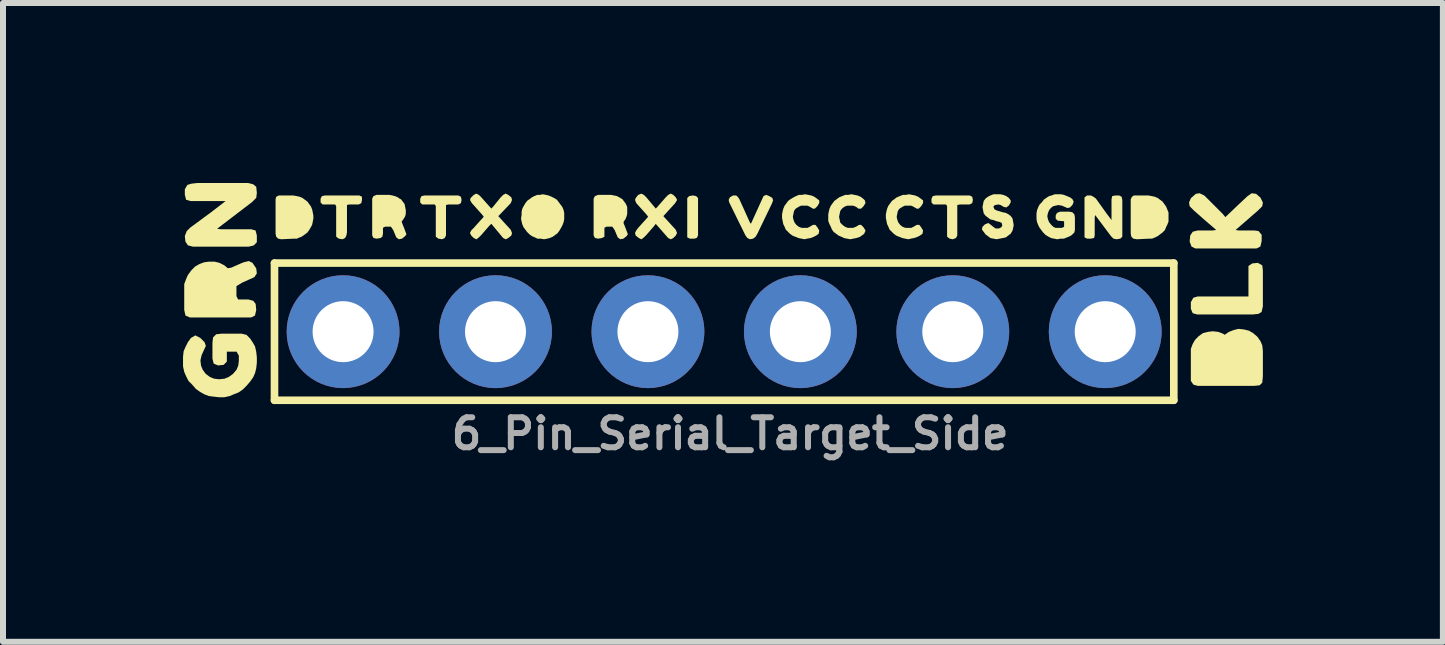
<source format=kicad_pcb>
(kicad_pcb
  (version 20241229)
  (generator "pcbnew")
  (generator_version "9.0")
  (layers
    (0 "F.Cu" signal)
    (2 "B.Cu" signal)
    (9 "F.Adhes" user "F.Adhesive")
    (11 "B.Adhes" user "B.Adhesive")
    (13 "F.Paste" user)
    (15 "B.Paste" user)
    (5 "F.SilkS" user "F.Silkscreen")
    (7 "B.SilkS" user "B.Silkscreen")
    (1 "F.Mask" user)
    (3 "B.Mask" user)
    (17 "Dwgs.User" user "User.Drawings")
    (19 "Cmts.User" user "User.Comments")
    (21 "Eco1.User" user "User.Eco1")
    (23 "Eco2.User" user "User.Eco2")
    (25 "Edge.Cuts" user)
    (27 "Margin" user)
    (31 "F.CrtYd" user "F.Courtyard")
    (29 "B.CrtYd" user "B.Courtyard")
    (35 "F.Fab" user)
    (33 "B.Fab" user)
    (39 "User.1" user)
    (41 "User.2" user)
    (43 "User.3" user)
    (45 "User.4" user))
  (footprint "6_Pin_Serial_Target_Side"
    (layer "F.Cu")
    (at 9.017 2.477)
    (property "Reference" "6_Pin_Serial_Target_Side" (at 0.1 1.7 0) (layer "F.Fab") (effects (font (size 0.5 0.5) (thickness 0.1))))
    (attr through_hole)
    (fp_line (start -7.493 -1.143) (end 7.493 -1.143) (stroke (width 0.127) (type solid)) (layer "F.SilkS"))
    (fp_line (start -7.493 1.143) (end -7.493 -1.143) (stroke (width 0.127) (type solid)) (layer "F.SilkS"))
    (fp_line (start 7.493 -1.143) (end 7.493 1.143) (stroke (width 0.127) (type solid)) (layer "F.SilkS"))
    (fp_line (start 7.493 1.143) (end -7.493 1.143) (stroke (width 0.127) (type solid)) (layer "F.SilkS"))
    (fp_poly (pts (xy -0.468 -2.26) (xy -0.435 -2.227) (xy -0.435 -1.604) (xy -0.457 -1.561) (xy -0.499 -1.55) (xy -0.571 -1.55) (xy -0.615 -1.572) (xy -0.615 -2.227) (xy -0.582 -2.26) (xy -0.52 -2.27)) (stroke (width 0) (type default)) (fill yes) (layer "F.SilkS"))
    (fp_poly (pts (xy 8.967 -1.105) (xy 8.977 -1.022) (xy 8.977 -0.421) (xy 8.956 -0.329) (xy 8.904 -0.297) (xy 8.812 -0.287) (xy 7.881 -0.287) (xy 7.808 -0.308) (xy 7.777 -0.381) (xy 7.777 -0.493) (xy 7.819 -0.566) (xy 7.891 -0.587) (xy 8.737 -0.587) (xy 8.737 -1.095) (xy 8.8 -1.137) (xy 8.893 -1.147)) (stroke (width 0) (type default)) (fill yes) (layer "F.SilkS"))
    (fp_poly (pts (xy -4.386 -2.248) (xy -4.375 -2.195) (xy -4.386 -2.142) (xy -4.429 -2.12) (xy -4.59 -2.12) (xy -4.635 -2.111) (xy -4.635 -1.604) (xy -4.656 -1.561) (xy -4.699 -1.54) (xy -4.762 -1.55) (xy -4.805 -1.583) (xy -4.805 -2.093) (xy -4.823 -2.12) (xy -5.032 -2.12) (xy -5.065 -2.153) (xy -5.065 -2.216) (xy -5.043 -2.259) (xy -4.99 -2.27) (xy -4.429 -2.27)) (stroke (width 0) (type default)) (fill yes) (layer "F.SilkS"))
    (fp_poly (pts (xy 4.134 -2.248) (xy 4.145 -2.195) (xy 4.134 -2.142) (xy 4.091 -2.12) (xy 3.93 -2.12) (xy 3.885 -2.111) (xy 3.885 -1.604) (xy 3.864 -1.561) (xy 3.81 -1.54) (xy 3.758 -1.55) (xy 3.715 -1.583) (xy 3.715 -2.093) (xy 3.697 -2.12) (xy 3.488 -2.12) (xy 3.455 -2.153) (xy 3.455 -2.216) (xy 3.477 -2.259) (xy 3.53 -2.27) (xy 4.091 -2.27)) (stroke (width 0) (type default)) (fill yes) (layer "F.SilkS"))
    (fp_poly (pts (xy -6.035 -2.248) (xy -6.035 -2.195) (xy -6.046 -2.142) (xy -6.089 -2.12) (xy -6.249 -2.12) (xy -6.285 -2.111) (xy -6.285 -1.655) (xy -6.295 -1.603) (xy -6.316 -1.561) (xy -6.359 -1.54) (xy -6.422 -1.55) (xy -6.465 -1.583) (xy -6.465 -2.093) (xy -6.483 -2.12) (xy -6.692 -2.12) (xy -6.725 -2.153) (xy -6.725 -2.216) (xy -6.703 -2.259) (xy -6.65 -2.27) (xy -6.079 -2.27)) (stroke (width 0) (type default)) (fill yes) (layer "F.SilkS"))
    (fp_poly (pts (xy 0.752 -2.259) (xy 0.804 -2.228) (xy 0.815 -2.185) (xy 0.795 -2.133) (xy 0.554 -1.633) (xy 0.524 -1.582) (xy 0.482 -1.55) (xy 0.429 -1.54) (xy 0.387 -1.561) (xy 0.356 -1.602) (xy 0.085 -2.153) (xy 0.075 -2.196) (xy 0.096 -2.239) (xy 0.149 -2.27) (xy 0.202 -2.27) (xy 0.234 -2.238) (xy 0.254 -2.207) (xy 0.434 -1.809) (xy 0.448 -1.802) (xy 0.656 -2.259) (xy 0.7 -2.28)) (stroke (width 0) (type default)) (fill yes) (layer "F.SilkS"))
    (fp_poly (pts (xy -7.079 -2.25) (xy -7.028 -2.229) (xy -6.946 -2.169) (xy -6.886 -2.087) (xy -6.865 -2.036) (xy -6.845 -1.935) (xy -6.845 -1.885) (xy -6.865 -1.783) (xy -6.886 -1.743) (xy -6.916 -1.692) (xy -6.946 -1.651) (xy -7.027 -1.591) (xy -7.073 -1.568) (xy -7.074 -1.572) (xy -7.119 -1.55) (xy -7.17 -1.55) (xy -7.38 -1.54) (xy -7.432 -1.55) (xy -7.465 -1.583) (xy -7.475 -1.635) (xy -7.475 -2.206) (xy -7.464 -2.248) (xy -7.421 -2.27) (xy -7.18 -2.27)) (stroke (width 0) (type default)) (fill yes) (layer "F.SilkS"))
    (fp_poly (pts (xy 6.153 -2.249) (xy 6.194 -2.219) (xy 6.374 -1.968) (xy 6.455 -1.86) (xy 6.455 -2.205) (xy 6.466 -2.259) (xy 6.52 -2.27) (xy 6.581 -2.27) (xy 6.624 -2.248) (xy 6.635 -2.195) (xy 6.635 -1.583) (xy 6.602 -1.55) (xy 6.54 -1.54) (xy 6.488 -1.55) (xy 6.446 -1.592) (xy 6.183 -1.943) (xy 6.175 -1.905) (xy 6.175 -1.604) (xy 6.164 -1.561) (xy 6.11 -1.55) (xy 6.049 -1.55) (xy 6.005 -1.572) (xy 6.005 -2.237) (xy 6.048 -2.27) (xy 6.111 -2.27)) (stroke (width 0) (type default)) (fill yes) (layer "F.SilkS"))
    (fp_poly (pts (xy 7.171 -2.25) (xy 7.222 -2.229) (xy 7.304 -2.169) (xy 7.364 -2.087) (xy 7.405 -1.986) (xy 7.405 -1.834) (xy 7.385 -1.783) (xy 7.365 -1.743) (xy 7.344 -1.692) (xy 7.303 -1.651) (xy 7.223 -1.591) (xy 7.186 -1.573) (xy 7.186 -1.572) (xy 7.182 -1.57) (xy 7.177 -1.568) (xy 7.177 -1.569) (xy 7.131 -1.55) (xy 7.08 -1.55) (xy 6.88 -1.54) (xy 6.818 -1.55) (xy 6.785 -1.583) (xy 6.775 -1.635) (xy 6.775 -2.206) (xy 6.796 -2.248) (xy 6.828 -2.27) (xy 7.07 -2.27)) (stroke (width 0) (type default)) (fill yes) (layer "F.SilkS"))
    (fp_poly (pts (xy 8.663 -0.037) (xy 8.744 -0.017) (xy 8.815 0.024) (xy 8.886 0.085) (xy 8.936 0.156) (xy 8.967 0.227) (xy 8.977 0.318) (xy 8.977 0.748) (xy 8.967 0.85) (xy 8.924 0.893) (xy 8.832 0.903) (xy 7.891 0.903) (xy 7.819 0.882) (xy 7.777 0.82) (xy 7.777 0.287) (xy 7.807 0.206) (xy 7.848 0.135) (xy 7.909 0.074) (xy 7.98 0.023) (xy 8.061 0.003) (xy 8.142 -0.007) (xy 8.233 0.003) (xy 8.314 0.034) (xy 8.342 0.052) (xy 8.41 0.004) (xy 8.491 -0.027) (xy 8.572 -0.047)) (stroke (width 0) (type default)) (fill yes) (layer "F.SilkS"))
    (fp_poly (pts (xy -7.85 -2.457) (xy -7.797 -2.415) (xy -7.787 -2.312) (xy -7.797 -2.23) (xy -7.869 -2.158) (xy -8.449 -1.715) (xy -8.392 -1.707) (xy -7.881 -1.707) (xy -7.808 -1.686) (xy -7.787 -1.603) (xy -7.787 -1.49) (xy -7.839 -1.437) (xy -7.921 -1.417) (xy -8.853 -1.417) (xy -8.935 -1.438) (xy -8.977 -1.5) (xy -8.987 -1.593) (xy -8.956 -1.675) (xy -8.895 -1.736) (xy -8.555 -1.986) (xy -8.307 -2.177) (xy -8.893 -2.177) (xy -8.966 -2.198) (xy -8.987 -2.281) (xy -8.987 -2.373) (xy -8.945 -2.446) (xy -8.873 -2.467) (xy -8.782 -2.477) (xy -7.931 -2.477)) (stroke (width 0) (type default)) (fill yes) (layer "F.SilkS"))
    (fp_poly (pts (xy -5.529 -2.27) (xy -5.488 -2.26) (xy -5.438 -2.239) (xy -5.395 -2.207) (xy -5.39 -2.213) (xy -5.325 -2.127) (xy -5.305 -2.025) (xy -5.305 -1.964) (xy -5.315 -1.923) (xy -5.346 -1.872) (xy -5.374 -1.834) (xy -5.365 -1.807) (xy -5.325 -1.707) (xy -5.315 -1.677) (xy -5.294 -1.624) (xy -5.316 -1.592) (xy -5.368 -1.55) (xy -5.421 -1.54) (xy -5.464 -1.572) (xy -5.514 -1.693) (xy -5.553 -1.75) (xy -5.649 -1.75) (xy -5.685 -1.732) (xy -5.685 -1.635) (xy -5.696 -1.582) (xy -5.728 -1.56) (xy -5.79 -1.55) (xy -5.843 -1.561) (xy -5.865 -1.604) (xy -5.865 -2.216) (xy -5.844 -2.259) (xy -5.791 -2.28) (xy -5.58 -2.28)) (stroke (width 0) (type default)) (fill yes) (layer "F.SilkS"))
    (fp_poly (pts (xy -1.788 -2.26) (xy -1.748 -2.239) (xy -1.701 -2.211) (xy -1.7 -2.213) (xy -1.697 -2.209) (xy -1.692 -2.206) (xy -1.694 -2.205) (xy -1.636 -2.127) (xy -1.615 -2.076) (xy -1.615 -1.964) (xy -1.625 -1.923) (xy -1.646 -1.873) (xy -1.675 -1.833) (xy -1.675 -1.806) (xy -1.635 -1.707) (xy -1.625 -1.677) (xy -1.604 -1.624) (xy -1.626 -1.592) (xy -1.678 -1.55) (xy -1.731 -1.54) (xy -1.774 -1.572) (xy -1.824 -1.693) (xy -1.863 -1.75) (xy -1.959 -1.75) (xy -1.995 -1.732) (xy -1.995 -1.582) (xy -2.038 -1.56) (xy -2.1 -1.55) (xy -2.153 -1.561) (xy -2.175 -1.604) (xy -2.175 -2.216) (xy -2.154 -2.259) (xy -2.101 -2.28) (xy -1.89 -2.28)) (stroke (width 0) (type default)) (fill yes) (layer "F.SilkS"))
    (fp_poly (pts (xy 8.864 -2.297) (xy 8.936 -2.235) (xy 8.977 -2.153) (xy 8.967 -2.09) (xy 8.895 -2.018) (xy 8.523 -1.695) (xy 8.572 -1.687) (xy 8.832 -1.687) (xy 8.905 -1.677) (xy 8.957 -1.614) (xy 8.957 -1.511) (xy 8.936 -1.419) (xy 8.873 -1.387) (xy 7.851 -1.387) (xy 7.788 -1.418) (xy 7.757 -1.501) (xy 7.767 -1.604) (xy 7.809 -1.666) (xy 7.891 -1.687) (xy 8.142 -1.687) (xy 8.2 -1.695) (xy 7.999 -1.868) (xy 7.829 -2.018) (xy 7.757 -2.09) (xy 7.747 -2.153) (xy 7.778 -2.225) (xy 7.86 -2.297) (xy 7.923 -2.307) (xy 8.005 -2.266) (xy 8.306 -1.965) (xy 8.352 -1.909) (xy 8.569 -2.116) (xy 8.719 -2.256) (xy 8.791 -2.307)) (stroke (width 0) (type default)) (fill yes) (layer "F.SilkS"))
    (fp_poly (pts (xy -3.597 -2.279) (xy -3.546 -2.238) (xy -3.535 -2.195) (xy -3.556 -2.142) (xy -3.763 -1.925) (xy -3.556 -1.698) (xy -3.535 -1.645) (xy -3.546 -1.602) (xy -3.597 -1.561) (xy -3.64 -1.539) (xy -3.683 -1.561) (xy -3.88 -1.798) (xy -3.916 -1.762) (xy -4.046 -1.612) (xy -4.087 -1.571) (xy -4.129 -1.539) (xy -4.173 -1.561) (xy -4.214 -1.602) (xy -4.236 -1.645) (xy -4.214 -1.688) (xy -4.174 -1.728) (xy -4.006 -1.915) (xy -4.034 -1.952) (xy -4.204 -2.142) (xy -4.235 -2.194) (xy -4.224 -2.228) (xy -4.173 -2.279) (xy -4.13 -2.301) (xy -4.087 -2.279) (xy -4.046 -2.238) (xy -3.88 -2.052) (xy -3.854 -2.078) (xy -3.724 -2.238) (xy -3.683 -2.279) (xy -3.64 -2.301)) (stroke (width 0) (type default)) (fill yes) (layer "F.SilkS"))
    (fp_poly (pts (xy -0.847 -2.279) (xy -0.806 -2.238) (xy -0.784 -2.195) (xy -0.816 -2.142) (xy -1.013 -1.925) (xy -0.806 -1.698) (xy -0.785 -1.645) (xy -0.806 -1.602) (xy -0.847 -1.561) (xy -0.89 -1.539) (xy -0.933 -1.561) (xy -1.14 -1.797) (xy -1.166 -1.762) (xy -1.296 -1.612) (xy -1.337 -1.571) (xy -1.379 -1.539) (xy -1.423 -1.561) (xy -1.474 -1.602) (xy -1.485 -1.646) (xy -1.464 -1.688) (xy -1.434 -1.728) (xy -1.266 -1.915) (xy -1.294 -1.952) (xy -1.464 -2.142) (xy -1.485 -2.195) (xy -1.474 -2.227) (xy -1.433 -2.279) (xy -1.38 -2.3) (xy -1.337 -2.279) (xy -1.296 -2.238) (xy -1.14 -2.052) (xy -1.114 -2.078) (xy -0.974 -2.238) (xy -0.933 -2.279) (xy -0.89 -2.301)) (stroke (width 0) (type default)) (fill yes) (layer "F.SilkS"))
    (fp_poly (pts (xy -7.859 -1.146) (xy -7.797 -1.054) (xy -7.787 -0.971) (xy -7.829 -0.908) (xy -8.03 -0.818) (xy -8.127 -0.759) (xy -8.127 -0.593) (xy -8.099 -0.537) (xy -7.931 -0.537) (xy -7.849 -0.516) (xy -7.807 -0.464) (xy -7.797 -0.362) (xy -7.818 -0.269) (xy -7.881 -0.237) (xy -8.903 -0.237) (xy -8.976 -0.268) (xy -8.997 -0.361) (xy -8.997 -0.793) (xy -8.967 -0.874) (xy -8.936 -0.945) (xy -8.879 -1.021) (xy -8.879 -1.022) (xy -8.876 -1.025) (xy -8.873 -1.03) (xy -8.872 -1.029) (xy -8.815 -1.086) (xy -8.744 -1.127) (xy -8.663 -1.157) (xy -8.582 -1.167) (xy -8.491 -1.167) (xy -8.41 -1.147) (xy -8.329 -1.106) (xy -8.271 -1.057) (xy -8.213 -1.067) (xy -8.054 -1.137) (xy -8.004 -1.157) (xy -7.921 -1.177)) (stroke (width 0) (type default)) (fill yes) (layer "F.SilkS"))
    (fp_poly (pts (xy -2.969 -2.28) (xy -2.928 -2.27) (xy -2.878 -2.25) (xy -2.838 -2.229) (xy -2.787 -2.199) (xy -2.696 -2.077) (xy -2.675 -2.026) (xy -2.665 -1.975) (xy -2.665 -1.875) (xy -2.675 -1.824) (xy -2.695 -1.773) (xy -2.716 -1.733) (xy -2.746 -1.682) (xy -2.776 -1.641) (xy -2.858 -1.581) (xy -2.908 -1.56) (xy -2.949 -1.55) (xy -3 -1.54) (xy -3.06 -1.55) (xy -3.111 -1.55) (xy -3.152 -1.57) (xy -3.202 -1.591) (xy -3.243 -1.621) (xy -3.284 -1.662) (xy -3.341 -1.738) (xy -3.342 -1.738) (xy -3.344 -1.743) (xy -3.347 -1.747) (xy -3.346 -1.747) (xy -3.365 -1.793) (xy -3.375 -1.834) (xy -3.385 -1.885) (xy -3.375 -1.945) (xy -3.375 -1.995) (xy -3.365 -2.047) (xy -3.344 -2.087) (xy -3.314 -2.138) (xy -3.284 -2.179) (xy -3.203 -2.239) (xy -3.162 -2.26) (xy -3.111 -2.28) (xy -3.061 -2.28) (xy -3.03 -2.29)) (stroke (width 0) (type default)) (fill yes) (layer "F.SilkS"))
    (fp_poly (pts (xy 2.221 -2.27) (xy 2.272 -2.249) (xy 2.313 -2.219) (xy 2.345 -2.188) (xy 2.355 -2.144) (xy 2.324 -2.092) (xy 2.282 -2.05) (xy 2.238 -2.05) (xy 2.198 -2.081) (xy 2.149 -2.1) (xy 2.051 -2.1) (xy 2.002 -2.081) (xy 1.964 -2.051) (xy 1.935 -2.013) (xy 1.915 -1.915) (xy 1.935 -1.817) (xy 1.973 -1.779) (xy 2.012 -1.749) (xy 2.061 -1.73) (xy 2.149 -1.73) (xy 2.198 -1.749) (xy 2.249 -1.78) (xy 2.282 -1.78) (xy 2.324 -1.738) (xy 2.356 -1.685) (xy 2.334 -1.632) (xy 2.293 -1.601) (xy 2.262 -1.58) (xy 2.201 -1.56) (xy 2.1 -1.54) (xy 1.998 -1.56) (xy 1.958 -1.58) (xy 1.908 -1.601) (xy 1.826 -1.661) (xy 1.796 -1.703) (xy 1.775 -1.753) (xy 1.755 -1.793) (xy 1.735 -1.844) (xy 1.735 -1.955) (xy 1.745 -2.006) (xy 1.755 -2.047) (xy 1.776 -2.097) (xy 1.836 -2.179) (xy 1.918 -2.239) (xy 2.019 -2.28) (xy 2.07 -2.28) (xy 2.12 -2.29)) (stroke (width 0) (type default)) (fill yes) (layer "F.SilkS"))
    (fp_poly (pts (xy 3.181 -2.27) (xy 3.232 -2.249) (xy 3.315 -2.188) (xy 3.315 -2.144) (xy 3.284 -2.092) (xy 3.242 -2.05) (xy 3.209 -2.05) (xy 3.158 -2.081) (xy 3.119 -2.1) (xy 3.011 -2.1) (xy 2.972 -2.081) (xy 2.923 -2.051) (xy 2.895 -2.013) (xy 2.875 -1.915) (xy 2.885 -1.866) (xy 2.904 -1.817) (xy 2.934 -1.779) (xy 2.972 -1.749) (xy 3.021 -1.73) (xy 3.119 -1.73) (xy 3.158 -1.749) (xy 3.209 -1.78) (xy 3.252 -1.78) (xy 3.284 -1.738) (xy 3.315 -1.686) (xy 3.305 -1.632) (xy 3.263 -1.601) (xy 3.222 -1.58) (xy 3.161 -1.56) (xy 3.111 -1.55) (xy 3.07 -1.54) (xy 2.969 -1.56) (xy 2.868 -1.601) (xy 2.827 -1.631) (xy 2.756 -1.702) (xy 2.735 -1.753) (xy 2.715 -1.793) (xy 2.695 -1.895) (xy 2.695 -1.955) (xy 2.705 -2.006) (xy 2.715 -2.047) (xy 2.736 -2.097) (xy 2.796 -2.179) (xy 2.878 -2.239) (xy 2.979 -2.28) (xy 3.03 -2.28) (xy 3.08 -2.29)) (stroke (width 0) (type default)) (fill yes) (layer "F.SilkS"))
    (fp_poly (pts (xy 1.451 -2.27) (xy 1.502 -2.249) (xy 1.585 -2.188) (xy 1.585 -2.144) (xy 1.554 -2.092) (xy 1.512 -2.05) (xy 1.479 -2.05) (xy 1.428 -2.081) (xy 1.389 -2.1) (xy 1.281 -2.1) (xy 1.242 -2.081) (xy 1.193 -2.051) (xy 1.165 -2.013) (xy 1.145 -1.915) (xy 1.155 -1.866) (xy 1.174 -1.817) (xy 1.204 -1.779) (xy 1.242 -1.749) (xy 1.291 -1.73) (xy 1.389 -1.73) (xy 1.428 -1.749) (xy 1.479 -1.78) (xy 1.522 -1.78) (xy 1.554 -1.738) (xy 1.585 -1.686) (xy 1.575 -1.632) (xy 1.533 -1.601) (xy 1.492 -1.58) (xy 1.441 -1.56) (xy 1.381 -1.55) (xy 1.34 -1.54) (xy 1.239 -1.56) (xy 1.138 -1.601) (xy 1.097 -1.631) (xy 1.026 -1.702) (xy 1.005 -1.753) (xy 0.985 -1.793) (xy 0.965 -1.895) (xy 0.965 -1.955) (xy 0.975 -2.006) (xy 0.985 -2.047) (xy 1.006 -2.097) (xy 1.066 -2.179) (xy 1.107 -2.209) (xy 1.158 -2.239) (xy 1.198 -2.26) (xy 1.249 -2.28) (xy 1.3 -2.28) (xy 1.35 -2.29)) (stroke (width 0) (type default)) (fill yes) (layer "F.SilkS"))
    (fp_poly (pts (xy 4.651 -2.28) (xy 4.702 -2.259) (xy 4.744 -2.229) (xy 4.775 -2.187) (xy 4.775 -2.154) (xy 4.744 -2.102) (xy 4.701 -2.07) (xy 4.658 -2.08) (xy 4.608 -2.11) (xy 4.57 -2.12) (xy 4.512 -2.11) (xy 4.486 -2.084) (xy 4.504 -2.039) (xy 4.542 -2.02) (xy 4.641 -1.99) (xy 4.692 -1.98) (xy 4.733 -1.959) (xy 4.774 -1.929) (xy 4.805 -1.887) (xy 4.815 -1.836) (xy 4.825 -1.775) (xy 4.815 -1.724) (xy 4.805 -1.683) (xy 4.774 -1.632) (xy 4.692 -1.57) (xy 4.54 -1.54) (xy 4.438 -1.56) (xy 4.356 -1.621) (xy 4.295 -1.704) (xy 4.305 -1.748) (xy 4.347 -1.789) (xy 4.401 -1.811) (xy 4.433 -1.789) (xy 4.483 -1.749) (xy 4.522 -1.72) (xy 4.579 -1.72) (xy 4.617 -1.739) (xy 4.635 -1.766) (xy 4.626 -1.812) (xy 4.588 -1.83) (xy 4.539 -1.84) (xy 4.489 -1.86) (xy 4.438 -1.87) (xy 4.356 -1.931) (xy 4.325 -1.973) (xy 4.305 -2.075) (xy 4.325 -2.177) (xy 4.356 -2.219) (xy 4.397 -2.249) (xy 4.438 -2.27) (xy 4.489 -2.29) (xy 4.6 -2.29)) (stroke (width 0) (type default)) (fill yes) (layer "F.SilkS"))
    (fp_poly (pts (xy 5.661 -2.28) (xy 5.762 -2.239) (xy 5.804 -2.208) (xy 5.825 -2.165) (xy 5.804 -2.112) (xy 5.763 -2.07) (xy 5.72 -2.06) (xy 5.629 -2.1) (xy 5.57 -2.11) (xy 5.521 -2.1) (xy 5.482 -2.09) (xy 5.444 -2.061) (xy 5.414 -2.023) (xy 5.395 -1.974) (xy 5.385 -1.925) (xy 5.395 -1.876) (xy 5.414 -1.827) (xy 5.444 -1.788) (xy 5.483 -1.749) (xy 5.521 -1.73) (xy 5.629 -1.73) (xy 5.665 -1.748) (xy 5.665 -1.84) (xy 5.558 -1.85) (xy 5.525 -1.883) (xy 5.525 -1.936) (xy 5.546 -1.979) (xy 5.599 -2) (xy 5.75 -2) (xy 5.802 -1.99) (xy 5.835 -1.957) (xy 5.845 -1.905) (xy 5.845 -1.694) (xy 5.835 -1.652) (xy 5.793 -1.611) (xy 5.762 -1.591) (xy 5.661 -1.55) (xy 5.61 -1.55) (xy 5.55 -1.54) (xy 5.448 -1.56) (xy 5.408 -1.581) (xy 5.357 -1.611) (xy 5.316 -1.652) (xy 5.256 -1.732) (xy 5.235 -1.773) (xy 5.215 -1.824) (xy 5.205 -1.875) (xy 5.205 -1.975) (xy 5.215 -2.026) (xy 5.235 -2.077) (xy 5.256 -2.118) (xy 5.296 -2.158) (xy 5.326 -2.199) (xy 5.367 -2.229) (xy 5.418 -2.26) (xy 5.458 -2.27) (xy 5.509 -2.29) (xy 5.61 -2.29)) (stroke (width 0) (type default)) (fill yes) (layer "F.SilkS"))
    (fp_poly (pts (xy -7.959 0.053) (xy -7.898 0.115) (xy -7.858 0.175) (xy -7.817 0.246) (xy -7.797 0.337) (xy -7.787 0.428) (xy -7.787 0.518) (xy -7.797 0.609) (xy -7.817 0.69) (xy -7.848 0.76) (xy -7.898 0.831) (xy -7.958 0.901) (xy -8.019 0.962) (xy -8.09 1.012) (xy -8.17 1.043) (xy -8.24 1.073) (xy -8.331 1.093) (xy -8.412 1.093) (xy -8.503 1.083) (xy -8.583 1.073) (xy -8.664 1.043) (xy -8.735 1.002) (xy -8.805 0.952) (xy -8.866 0.881) (xy -8.926 0.821) (xy -8.967 0.74) (xy -8.997 0.67) (xy -9.017 0.579) (xy -9.017 0.418) (xy -9.007 0.327) (xy -8.977 0.256) (xy -8.936 0.175) (xy -8.885 0.104) (xy -8.812 0.062) (xy -8.729 0.104) (xy -8.658 0.175) (xy -8.637 0.238) (xy -8.707 0.39) (xy -8.727 0.478) (xy -8.717 0.567) (xy -8.688 0.636) (xy -8.638 0.704) (xy -8.57 0.754) (xy -8.501 0.783) (xy -8.412 0.793) (xy -8.323 0.783) (xy -8.254 0.754) (xy -8.185 0.704) (xy -8.126 0.635) (xy -8.097 0.567) (xy -8.087 0.488) (xy -8.087 0.399) (xy -8.125 0.333) (xy -8.287 0.333) (xy -8.287 0.5) (xy -8.34 0.553) (xy -8.433 0.563) (xy -8.506 0.532) (xy -8.527 0.449) (xy -8.527 0.188) (xy -8.517 0.096) (xy -8.464 0.043) (xy -8.372 0.033) (xy -8.041 0.033)) (stroke (width 0) (type default)) (fill yes) (layer "F.SilkS"))
    (pad "1" thru_hole circle (at -6.35 0) (size 1.88 1.88) (drill 1.016) (layers "*.Cu" "*.Mask"))
    (pad "2" thru_hole circle (at -3.81 0) (size 1.88 1.88) (drill 1.016) (layers "*.Cu" "*.Mask"))
    (pad "3" thru_hole circle (at -1.27 0) (size 1.88 1.88) (drill 1.016) (layers "*.Cu" "*.Mask"))
    (pad "4" thru_hole circle (at 1.27 0) (size 1.88 1.88) (drill 1.016) (layers "*.Cu" "*.Mask"))
    (pad "5" thru_hole circle (at 3.81 0) (size 1.88 1.88) (drill 1.016) (layers "*.Cu" "*.Mask"))
    (pad "6" thru_hole circle (at 6.35 0) (size 1.88 1.88) (drill 1.016) (layers "*.Cu" "*.Mask")))
  (gr_rect
    (start -3 -3)
    (end 20.994 7.645)
    (stroke (width 0.1) (type default))
    (fill no)
    (layer "Edge.Cuts")))
</source>
